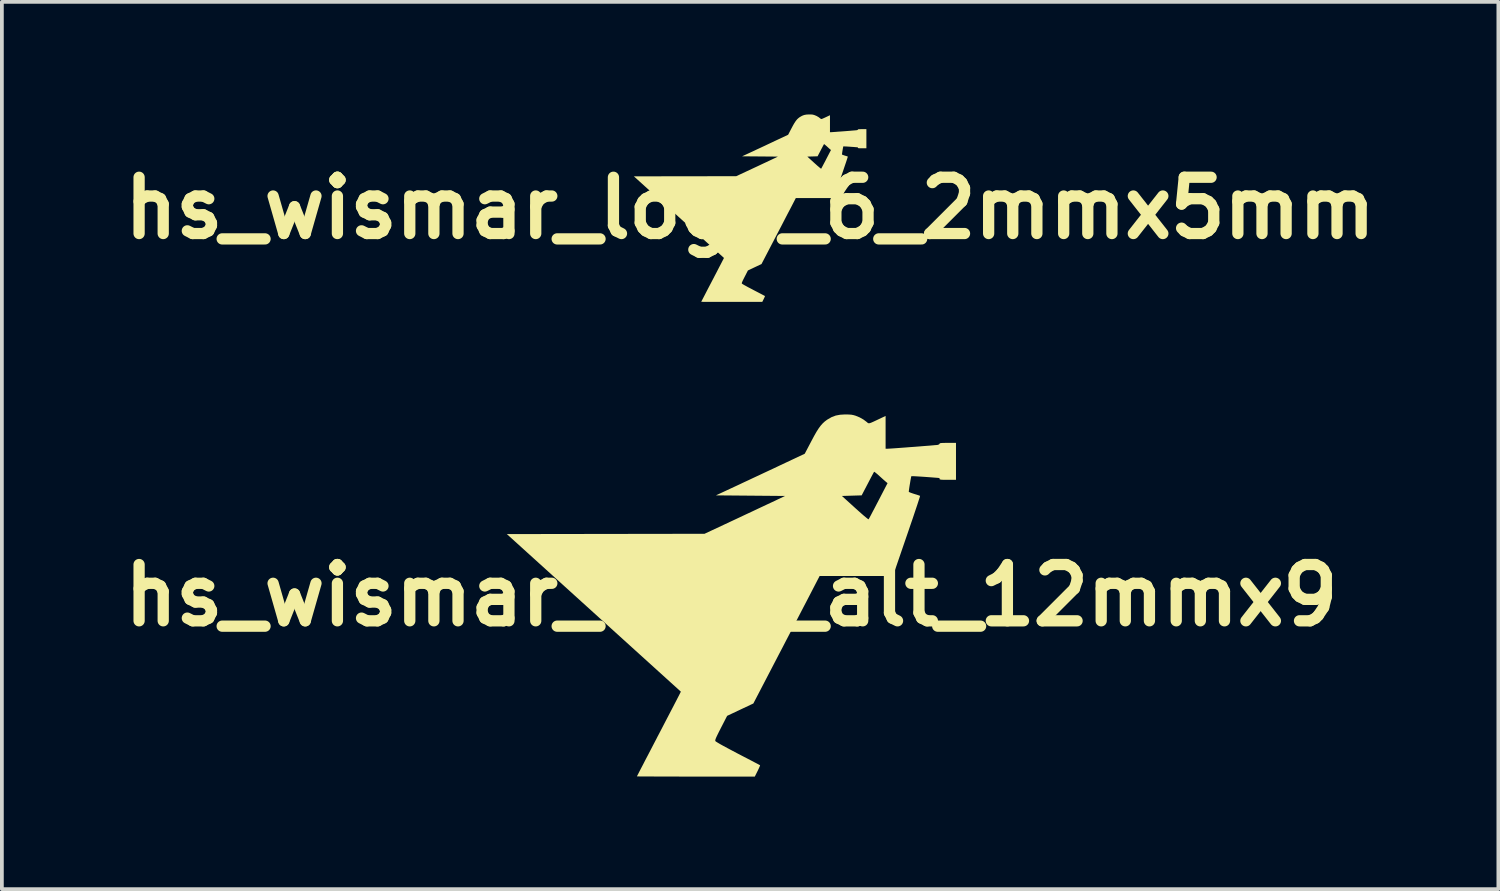
<source format=kicad_pcb>
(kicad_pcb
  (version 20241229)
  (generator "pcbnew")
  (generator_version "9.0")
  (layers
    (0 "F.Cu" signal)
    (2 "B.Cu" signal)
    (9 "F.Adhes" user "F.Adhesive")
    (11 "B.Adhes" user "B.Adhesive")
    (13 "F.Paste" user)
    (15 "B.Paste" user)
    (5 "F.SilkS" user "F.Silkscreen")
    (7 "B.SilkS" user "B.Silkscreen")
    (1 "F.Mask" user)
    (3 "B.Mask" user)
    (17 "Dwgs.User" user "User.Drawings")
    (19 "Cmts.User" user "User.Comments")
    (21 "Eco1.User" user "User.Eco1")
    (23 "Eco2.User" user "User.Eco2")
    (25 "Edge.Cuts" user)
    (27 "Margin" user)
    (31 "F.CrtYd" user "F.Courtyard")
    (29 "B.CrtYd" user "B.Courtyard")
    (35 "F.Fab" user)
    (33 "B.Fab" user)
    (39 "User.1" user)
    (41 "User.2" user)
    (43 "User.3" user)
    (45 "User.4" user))
  (footprint "hs_wismar_logo_alt_12mmx9"
    (layer "F.Cu")
    (at 16.443 12.818)
    (property "Reference" "hs_wismar_logo_alt_12mmx9" (at 0 0 0) (layer "F.SilkS") (effects (font (size 1.5 1.5) (thickness 0.3))))
    (attr board_only exclude_from_pos_files exclude_from_bom)
    (fp_poly (pts (xy 3.129 -4.82) (xy 3.198 -4.815) (xy 3.256 -4.804) (xy 3.314 -4.787) (xy 3.315 -4.786) (xy 3.422 -4.742) (xy 3.522 -4.685) (xy 3.605 -4.623) (xy 3.614 -4.615) (xy 3.631 -4.6) (xy 3.647 -4.59) (xy 3.667 -4.586) (xy 3.694 -4.591) (xy 3.733 -4.605) (xy 3.789 -4.63) (xy 3.866 -4.666) (xy 3.927 -4.695) (xy 4.111 -4.782) (xy 4.111 -4.345) (xy 4.111 -3.908) (xy 4.154 -3.908) (xy 4.182 -3.909) (xy 4.236 -3.912) (xy 4.314 -3.917) (xy 4.409 -3.924) (xy 4.52 -3.932) (xy 4.64 -3.941) (xy 4.767 -3.951) (xy 4.895 -3.96) (xy 5.021 -3.97) (xy 5.141 -3.98) (xy 5.25 -3.988) (xy 5.345 -3.996) (xy 5.421 -4.003) (xy 5.473 -4.007) (xy 5.498 -4.01) (xy 5.535 -4.023) (xy 5.549 -4.041) (xy 5.554 -4.05) (xy 5.571 -4.057) (xy 5.606 -4.061) (xy 5.662 -4.063) (xy 5.743 -4.064) (xy 5.768 -4.064) (xy 5.987 -4.064) (xy 5.987 -3.572) (xy 5.987 -3.079) (xy 5.768 -3.079) (xy 5.679 -3.08) (xy 5.618 -3.081) (xy 5.579 -3.085) (xy 5.557 -3.091) (xy 5.549 -3.099) (xy 5.549 -3.103) (xy 5.547 -3.124) (xy 5.545 -3.127) (xy 5.484 -3.133) (xy 5.406 -3.139) (xy 5.317 -3.146) (xy 5.221 -3.153) (xy 5.124 -3.16) (xy 5.031 -3.166) (xy 4.947 -3.171) (xy 4.877 -3.175) (xy 4.826 -3.176) (xy 4.8 -3.176) (xy 4.797 -3.176) (xy 4.792 -3.158) (xy 4.784 -3.117) (xy 4.773 -3.059) (xy 4.762 -2.991) (xy 4.75 -2.921) (xy 4.74 -2.856) (xy 4.733 -2.802) (xy 4.729 -2.767) (xy 4.728 -2.761) (xy 4.742 -2.751) (xy 4.78 -2.735) (xy 4.835 -2.716) (xy 4.874 -2.703) (xy 4.938 -2.684) (xy 4.989 -2.667) (xy 5.022 -2.655) (xy 5.029 -2.651) (xy 5.026 -2.635) (xy 5.013 -2.592) (xy 4.991 -2.524) (xy 4.962 -2.434) (xy 4.925 -2.323) (xy 4.882 -2.195) (xy 4.834 -2.051) (xy 4.78 -1.895) (xy 4.723 -1.727) (xy 4.672 -1.579) (xy 4.307 -0.516) (xy 3.33 -0.515) (xy 2.352 -0.515) (xy 2.059 0.051) (xy 2.003 0.159) (xy 1.934 0.291) (xy 1.855 0.443) (xy 1.768 0.611) (xy 1.673 0.793) (xy 1.574 0.984) (xy 1.471 1.181) (xy 1.368 1.38) (xy 1.265 1.577) (xy 1.175 1.75) (xy 0.586 2.882) (xy 0.236 3.047) (xy -0.113 3.212) (xy -0.278 3.533) (xy -0.332 3.639) (xy -0.372 3.72) (xy -0.401 3.781) (xy -0.419 3.825) (xy -0.428 3.855) (xy -0.429 3.875) (xy -0.426 3.885) (xy -0.408 3.899) (xy -0.365 3.926) (xy -0.299 3.965) (xy -0.211 4.014) (xy -0.105 4.071) (xy 0.017 4.136) (xy 0.153 4.208) (xy 0.174 4.219) (xy 0.299 4.284) (xy 0.415 4.344) (xy 0.519 4.398) (xy 0.608 4.445) (xy 0.681 4.483) (xy 0.732 4.51) (xy 0.761 4.526) (xy 0.765 4.528) (xy 0.762 4.544) (xy 0.746 4.581) (xy 0.722 4.634) (xy 0.699 4.682) (xy 0.625 4.83) (xy -0.946 4.83) (xy -1.164 4.83) (xy -1.374 4.83) (xy -1.573 4.829) (xy -1.758 4.829) (xy -1.928 4.829) (xy -2.081 4.828) (xy -2.214 4.828) (xy -2.325 4.827) (xy -2.413 4.827) (xy -2.476 4.826) (xy -2.51 4.825) (xy -2.517 4.825) (xy -2.51 4.81) (xy -2.489 4.77) (xy -2.457 4.707) (xy -2.413 4.622) (xy -2.359 4.519) (xy -2.297 4.398) (xy -2.226 4.263) (xy -2.149 4.115) (xy -2.067 3.957) (xy -1.98 3.79) (xy -1.976 3.781) (xy -1.887 3.612) (xy -1.802 3.448) (xy -1.722 3.294) (xy -1.647 3.15) (xy -1.579 3.02) (xy -1.52 2.906) (xy -1.47 2.81) (xy -1.431 2.734) (xy -1.404 2.682) (xy -1.39 2.655) (xy -1.346 2.567) (xy -3.665 0.467) (xy -5.984 -1.633) (xy -3.349 -1.637) (xy -0.715 -1.641) (xy 0.225 -2.081) (xy 0.39 -2.159) (xy 0.549 -2.233) (xy 0.701 -2.305) (xy 0.842 -2.371) (xy 0.969 -2.431) (xy 1.081 -2.483) (xy 1.173 -2.526) (xy 1.243 -2.56) (xy 1.289 -2.581) (xy 1.297 -2.585) (xy 1.43 -2.649) (xy 2.947 -2.649) (xy 3.296 -2.332) (xy 3.384 -2.253) (xy 3.464 -2.182) (xy 3.534 -2.121) (xy 3.591 -2.074) (xy 3.632 -2.041) (xy 3.654 -2.027) (xy 3.657 -2.027) (xy 3.667 -2.043) (xy 3.69 -2.084) (xy 3.723 -2.146) (xy 3.765 -2.227) (xy 3.815 -2.321) (xy 3.87 -2.427) (xy 3.916 -2.515) (xy 4.163 -2.991) (xy 4.123 -3.023) (xy 4.096 -3.047) (xy 4.051 -3.086) (xy 3.997 -3.135) (xy 3.948 -3.179) (xy 3.895 -3.227) (xy 3.85 -3.264) (xy 3.818 -3.288) (xy 3.805 -3.294) (xy 3.795 -3.278) (xy 3.774 -3.239) (xy 3.742 -3.18) (xy 3.703 -3.105) (xy 3.658 -3.019) (xy 3.635 -2.975) (xy 3.473 -2.665) (xy 3.21 -2.657) (xy 2.947 -2.649) (xy 1.43 -2.649) (xy 0.51 -2.657) (xy -0.411 -2.665) (xy 0.072 -2.89) (xy 0.214 -2.956) (xy 0.338 -3.015) (xy 0.451 -3.067) (xy 0.556 -3.117) (xy 0.659 -3.165) (xy 0.762 -3.213) (xy 0.872 -3.265) (xy 0.992 -3.321) (xy 1.127 -3.384) (xy 1.281 -3.457) (xy 1.451 -3.537) (xy 1.956 -3.775) (xy 2.131 -4.108) (xy 2.204 -4.245) (xy 2.268 -4.358) (xy 2.326 -4.449) (xy 2.38 -4.522) (xy 2.433 -4.582) (xy 2.488 -4.633) (xy 2.548 -4.678) (xy 2.568 -4.691) (xy 2.675 -4.752) (xy 2.782 -4.792) (xy 2.898 -4.814) (xy 3.032 -4.822) (xy 3.04 -4.822)) (stroke (width 0) (type solid)) (fill yes) (layer "F.SilkS")))
  (footprint "hs_wismar_logo_6_2mmx5mm"
    (layer "F.Cu")
    (at 16.943 2.496)
    (property "Reference" "hs_wismar_logo_6_2mmx5mm" (at 0 0 0) (layer "F.SilkS") (effects (font (size 1.5 1.5) (thickness 0.3))))
    (attr board_only exclude_from_pos_files exclude_from_bom)
    (fp_poly (pts (xy 1.62 -2.495) (xy 1.655 -2.493) (xy 1.685 -2.487) (xy 1.716 -2.478) (xy 1.716 -2.478) (xy 1.771 -2.455) (xy 1.823 -2.425) (xy 1.866 -2.393) (xy 1.871 -2.389) (xy 1.88 -2.381) (xy 1.888 -2.376) (xy 1.898 -2.374) (xy 1.912 -2.377) (xy 1.932 -2.384) (xy 1.961 -2.397) (xy 2.001 -2.415) (xy 2.033 -2.43) (xy 2.128 -2.475) (xy 2.128 -2.249) (xy 2.128 -2.023) (xy 2.15 -2.023) (xy 2.165 -2.023) (xy 2.193 -2.025) (xy 2.233 -2.028) (xy 2.283 -2.031) (xy 2.34 -2.036) (xy 2.402 -2.04) (xy 2.468 -2.045) (xy 2.534 -2.05) (xy 2.599 -2.055) (xy 2.662 -2.06) (xy 2.718 -2.065) (xy 2.767 -2.069) (xy 2.806 -2.072) (xy 2.833 -2.075) (xy 2.846 -2.076) (xy 2.865 -2.082) (xy 2.873 -2.092) (xy 2.875 -2.097) (xy 2.884 -2.1) (xy 2.902 -2.102) (xy 2.931 -2.103) (xy 2.973 -2.104) (xy 2.986 -2.104) (xy 3.099 -2.104) (xy 3.099 -1.849) (xy 3.099 -1.594) (xy 2.986 -1.594) (xy 2.94 -1.594) (xy 2.908 -1.595) (xy 2.888 -1.597) (xy 2.877 -1.6) (xy 2.873 -1.604) (xy 2.873 -1.606) (xy 2.871 -1.617) (xy 2.871 -1.619) (xy 2.839 -1.622) (xy 2.798 -1.625) (xy 2.752 -1.629) (xy 2.703 -1.632) (xy 2.653 -1.636) (xy 2.605 -1.639) (xy 2.561 -1.642) (xy 2.525 -1.643) (xy 2.499 -1.644) (xy 2.485 -1.644) (xy 2.483 -1.644) (xy 2.481 -1.635) (xy 2.477 -1.614) (xy 2.471 -1.584) (xy 2.465 -1.548) (xy 2.459 -1.512) (xy 2.454 -1.478) (xy 2.45 -1.45) (xy 2.448 -1.432) (xy 2.448 -1.429) (xy 2.455 -1.424) (xy 2.474 -1.416) (xy 2.503 -1.406) (xy 2.523 -1.399) (xy 2.556 -1.389) (xy 2.583 -1.381) (xy 2.6 -1.374) (xy 2.603 -1.372) (xy 2.602 -1.364) (xy 2.595 -1.342) (xy 2.584 -1.307) (xy 2.569 -1.26) (xy 2.55 -1.203) (xy 2.527 -1.136) (xy 2.502 -1.062) (xy 2.475 -0.981) (xy 2.445 -0.894) (xy 2.419 -0.817) (xy 2.23 -0.267) (xy 1.724 -0.267) (xy 1.218 -0.267) (xy 1.066 0.027) (xy 1.037 0.082) (xy 1.001 0.15) (xy 0.96 0.229) (xy 0.915 0.316) (xy 0.866 0.411) (xy 0.815 0.509) (xy 0.762 0.611) (xy 0.708 0.714) (xy 0.655 0.816) (xy 0.608 0.906) (xy 0.303 1.492) (xy 0.122 1.577) (xy -0.059 1.663) (xy -0.144 1.829) (xy -0.172 1.884) (xy -0.193 1.926) (xy -0.207 1.957) (xy -0.217 1.98) (xy -0.221 1.996) (xy -0.222 2.006) (xy -0.221 2.011) (xy -0.211 2.019) (xy -0.189 2.033) (xy -0.155 2.053) (xy -0.109 2.078) (xy -0.055 2.108) (xy 0.009 2.141) (xy 0.079 2.178) (xy 0.09 2.184) (xy 0.155 2.218) (xy 0.215 2.249) (xy 0.269 2.277) (xy 0.315 2.301) (xy 0.352 2.321) (xy 0.379 2.335) (xy 0.394 2.343) (xy 0.396 2.344) (xy 0.394 2.352) (xy 0.386 2.372) (xy 0.374 2.399) (xy 0.362 2.424) (xy 0.324 2.5) (xy -0.489 2.5) (xy -0.603 2.5) (xy -0.711 2.5) (xy -0.814 2.5) (xy -0.91 2.5) (xy -0.998 2.5) (xy -1.077 2.5) (xy -1.146 2.499) (xy -1.204 2.499) (xy -1.249 2.499) (xy -1.282 2.498) (xy -1.299 2.498) (xy -1.303 2.498) (xy -1.299 2.49) (xy -1.289 2.47) (xy -1.272 2.437) (xy -1.249 2.393) (xy -1.221 2.339) (xy -1.189 2.277) (xy -1.153 2.207) (xy -1.113 2.13) (xy -1.07 2.048) (xy -1.025 1.962) (xy -1.023 1.958) (xy -0.977 1.87) (xy -0.933 1.785) (xy -0.891 1.705) (xy -0.853 1.631) (xy -0.818 1.563) (xy -0.787 1.504) (xy -0.761 1.454) (xy -0.741 1.415) (xy -0.727 1.388) (xy -0.72 1.375) (xy -0.697 1.329) (xy -1.897 0.242) (xy -3.098 -0.846) (xy -1.734 -0.848) (xy -0.37 -0.85) (xy 0.116 -1.077) (xy 0.202 -1.117) (xy 0.284 -1.156) (xy 0.363 -1.193) (xy 0.436 -1.227) (xy 0.502 -1.258) (xy 0.559 -1.285) (xy 0.607 -1.308) (xy 0.643 -1.325) (xy 0.667 -1.336) (xy 0.672 -1.338) (xy 0.74 -1.372) (xy 1.525 -1.372) (xy 1.706 -1.207) (xy 1.752 -1.166) (xy 1.793 -1.129) (xy 1.83 -1.098) (xy 1.859 -1.073) (xy 1.88 -1.057) (xy 1.892 -1.049) (xy 1.893 -1.049) (xy 1.898 -1.058) (xy 1.91 -1.079) (xy 1.927 -1.111) (xy 1.949 -1.153) (xy 1.975 -1.202) (xy 2.004 -1.256) (xy 2.027 -1.302) (xy 2.155 -1.548) (xy 2.134 -1.565) (xy 2.12 -1.577) (xy 2.097 -1.597) (xy 2.069 -1.623) (xy 2.044 -1.646) (xy 2.016 -1.67) (xy 1.993 -1.69) (xy 1.977 -1.702) (xy 1.97 -1.705) (xy 1.965 -1.697) (xy 1.954 -1.677) (xy 1.937 -1.646) (xy 1.917 -1.607) (xy 1.893 -1.563) (xy 1.882 -1.54) (xy 1.798 -1.38) (xy 1.662 -1.376) (xy 1.525 -1.372) (xy 0.74 -1.372) (xy 0.264 -1.376) (xy -0.213 -1.38) (xy 0.037 -1.496) (xy 0.111 -1.53) (xy 0.175 -1.561) (xy 0.234 -1.588) (xy 0.288 -1.613) (xy 0.341 -1.638) (xy 0.395 -1.663) (xy 0.451 -1.69) (xy 0.513 -1.719) (xy 0.583 -1.752) (xy 0.663 -1.79) (xy 0.751 -1.831) (xy 1.013 -1.954) (xy 1.103 -2.127) (xy 1.141 -2.198) (xy 1.174 -2.256) (xy 1.204 -2.303) (xy 1.232 -2.341) (xy 1.259 -2.372) (xy 1.288 -2.398) (xy 1.319 -2.422) (xy 1.329 -2.428) (xy 1.385 -2.46) (xy 1.44 -2.481) (xy 1.5 -2.492) (xy 1.569 -2.496) (xy 1.574 -2.496)) (stroke (width 0) (type solid)) (fill yes) (layer "F.SilkS")))
  (gr_rect
    (start -3 -3)
    (end 36.886 20.648)
    (stroke (width 0.1) (type default))
    (fill no)
    (layer "Edge.Cuts")))
</source>
